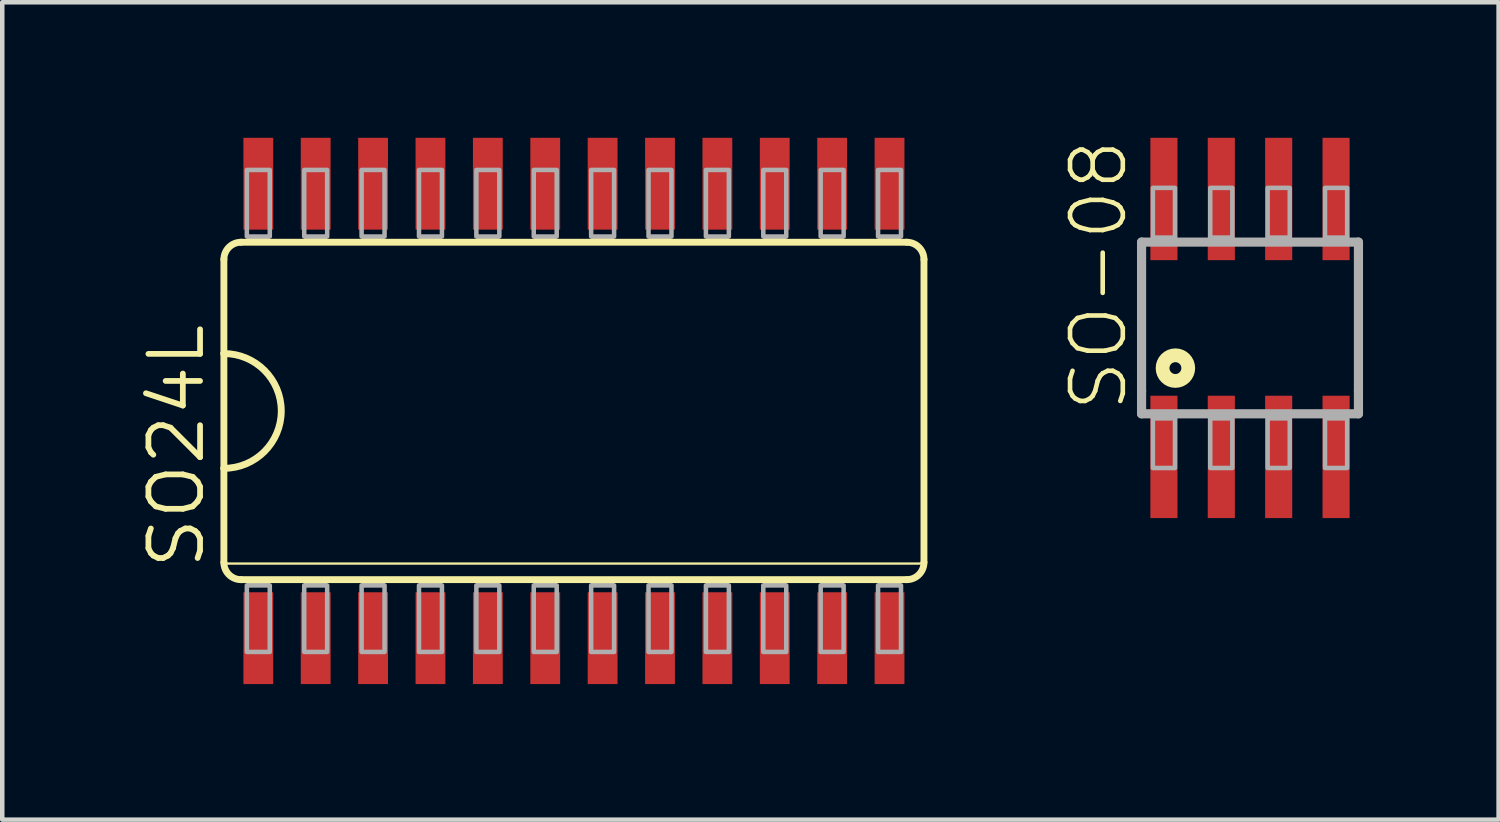
<source format=kicad_pcb>
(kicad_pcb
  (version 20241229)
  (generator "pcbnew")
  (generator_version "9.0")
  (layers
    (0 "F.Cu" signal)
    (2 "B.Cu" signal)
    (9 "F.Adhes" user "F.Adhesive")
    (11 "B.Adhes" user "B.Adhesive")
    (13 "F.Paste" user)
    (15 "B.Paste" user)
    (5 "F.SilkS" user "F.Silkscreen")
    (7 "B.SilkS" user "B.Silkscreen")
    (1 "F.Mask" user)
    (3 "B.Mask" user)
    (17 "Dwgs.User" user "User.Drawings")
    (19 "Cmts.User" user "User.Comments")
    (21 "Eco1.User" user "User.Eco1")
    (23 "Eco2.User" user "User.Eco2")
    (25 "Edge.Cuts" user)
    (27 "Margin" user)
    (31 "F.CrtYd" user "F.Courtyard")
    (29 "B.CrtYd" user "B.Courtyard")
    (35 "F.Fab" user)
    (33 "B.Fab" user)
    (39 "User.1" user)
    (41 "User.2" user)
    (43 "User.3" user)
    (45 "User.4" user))
  (footprint "SO-08"
    (layer "F.Cu")
    (at 24.615 4.208)
    (property "Reference" "SO-08" (at -2.667 1.905 90) (layer "F.SilkS") (effects (font (size 1.168 1.168) (thickness 0.102)) (justify left bottom)))
    (fp_circle (center -1.651 0.889) (end -1.367 0.889) (stroke (width 0.305) (type solid)) (fill no) (layer "F.SilkS"))
    (fp_line (start -2.4 -1.9) (end 2.4 -1.9) (stroke (width 0.203) (type solid)) (layer "F.Fab"))
    (fp_line (start -2.4 1.4) (end -2.4 -1.9) (stroke (width 0.203) (type solid)) (layer "F.Fab"))
    (fp_line (start -2.4 1.9) (end -2.4 1.4) (stroke (width 0.203) (type solid)) (layer "F.Fab"))
    (fp_line (start 2.4 -1.9) (end 2.4 1.4) (stroke (width 0.203) (type solid)) (layer "F.Fab"))
    (fp_line (start 2.4 1.4) (end 2.4 1.9) (stroke (width 0.203) (type solid)) (layer "F.Fab"))
    (fp_line (start 2.4 1.9) (end -2.4 1.9) (stroke (width 0.203) (type solid)) (layer "F.Fab"))
    (fp_poly (pts (xy -2.15 -2) (xy -1.66 -2) (xy -1.66 -3.1) (xy -2.15 -3.1)) (stroke (width 0.1) (type solid)) (fill no) (layer "F.Fab"))
    (fp_poly (pts (xy -2.15 3.1) (xy -1.66 3.1) (xy -1.66 2) (xy -2.15 2)) (stroke (width 0.1) (type solid)) (fill no) (layer "F.Fab"))
    (fp_poly (pts (xy -0.88 -2) (xy -0.39 -2) (xy -0.39 -3.1) (xy -0.88 -3.1)) (stroke (width 0.1) (type solid)) (fill no) (layer "F.Fab"))
    (fp_poly (pts (xy -0.88 3.1) (xy -0.39 3.1) (xy -0.39 2) (xy -0.88 2)) (stroke (width 0.1) (type solid)) (fill no) (layer "F.Fab"))
    (fp_poly (pts (xy 0.39 -2) (xy 0.88 -2) (xy 0.88 -3.1) (xy 0.39 -3.1)) (stroke (width 0.1) (type solid)) (fill no) (layer "F.Fab"))
    (fp_poly (pts (xy 0.39 3.1) (xy 0.88 3.1) (xy 0.88 2) (xy 0.39 2)) (stroke (width 0.1) (type solid)) (fill no) (layer "F.Fab"))
    (fp_poly (pts (xy 1.66 -2) (xy 2.15 -2) (xy 2.15 -3.1) (xy 1.66 -3.1)) (stroke (width 0.1) (type solid)) (fill no) (layer "F.Fab"))
    (fp_poly (pts (xy 1.66 3.1) (xy 2.15 3.1) (xy 2.15 2) (xy 1.66 2)) (stroke (width 0.1) (type solid)) (fill no) (layer "F.Fab"))
    (pad "1" smd rect (at -1.905 2.854) (size 0.6 2.708) (layers "F.Cu" "F.Mask" "F.Paste"))
    (pad "2" smd rect (at -0.635 2.854) (size 0.6 2.708) (layers "F.Cu" "F.Mask" "F.Paste"))
    (pad "3" smd rect (at 0.635 2.854) (size 0.6 2.708) (layers "F.Cu" "F.Mask" "F.Paste"))
    (pad "4" smd rect (at 1.905 2.854) (size 0.6 2.708) (layers "F.Cu" "F.Mask" "F.Paste"))
    (pad "5" smd rect (at 1.905 -2.854) (size 0.6 2.708) (layers "F.Cu" "F.Mask" "F.Paste"))
    (pad "6" smd rect (at 0.635 -2.854) (size 0.6 2.708) (layers "F.Cu" "F.Mask" "F.Paste"))
    (pad "7" smd rect (at -0.635 -2.854) (size 0.6 2.708) (layers "F.Cu" "F.Mask" "F.Paste"))
    (pad "8" smd rect (at -1.905 -2.854) (size 0.6 2.708) (layers "F.Cu" "F.Mask" "F.Paste")))
  (footprint "SO24L"
    (layer "F.Cu")
    (at 9.652 6.045)
    (property "Reference" "SO24L" (at -8.128 3.556 90) (layer "F.SilkS") (effects (font (size 1.143 1.143) (thickness 0.127)) (justify left bottom)))
    (fp_line (start -7.747 -3.353) (end -7.747 -1.27) (stroke (width 0.152) (type solid)) (layer "F.SilkS"))
    (fp_line (start -7.747 -1.27) (end -7.747 1.27) (stroke (width 0.152) (type solid)) (layer "F.SilkS"))
    (fp_line (start -7.747 1.27) (end -7.747 3.353) (stroke (width 0.152) (type solid)) (layer "F.SilkS"))
    (fp_line (start -7.747 3.378) (end 7.747 3.378) (stroke (width 0.051) (type solid)) (layer "F.SilkS"))
    (fp_line (start -7.366 3.734) (end 7.366 3.734) (stroke (width 0.152) (type solid)) (layer "F.SilkS"))
    (fp_line (start 7.366 -3.734) (end -7.366 -3.734) (stroke (width 0.152) (type solid)) (layer "F.SilkS"))
    (fp_line (start 7.747 3.353) (end 7.747 -3.353) (stroke (width 0.152) (type solid)) (layer "F.SilkS"))
    (fp_arc (start -7.747 -3.3528) (mid -7.635408 -3.622208) (end -7.366 -3.7338) (stroke (width 0.1524) (type solid)) (layer "F.SilkS"))
    (fp_arc (start -7.747 -1.27) (mid -6.477 0) (end -7.747 1.27) (stroke (width 0.1524) (type solid)) (layer "F.SilkS"))
    (fp_arc (start -7.366 3.7338) (mid -7.635408 3.622208) (end -7.747 3.3528) (stroke (width 0.1524) (type solid)) (layer "F.SilkS"))
    (fp_arc (start 7.366 -3.7338) (mid 7.635408 -3.622208) (end 7.747 -3.3528) (stroke (width 0.1524) (type solid)) (layer "F.SilkS"))
    (fp_arc (start 7.747 3.3528) (mid 7.635408 3.622208) (end 7.366 3.7338) (stroke (width 0.1524) (type solid)) (layer "F.SilkS"))
    (fp_poly (pts (xy -7.239 -3.734) (xy -6.731 -3.734) (xy -6.731 -3.861) (xy -7.239 -3.861)) (stroke (width 0) (type solid)) (fill yes) (layer "F.SilkS"))
    (fp_poly (pts (xy -7.239 3.861) (xy -6.731 3.861) (xy -6.731 3.734) (xy -7.239 3.734)) (stroke (width 0) (type solid)) (fill yes) (layer "F.SilkS"))
    (fp_poly (pts (xy -5.969 -3.734) (xy -5.461 -3.734) (xy -5.461 -3.861) (xy -5.969 -3.861)) (stroke (width 0) (type solid)) (fill yes) (layer "F.SilkS"))
    (fp_poly (pts (xy -5.969 3.861) (xy -5.461 3.861) (xy -5.461 3.734) (xy -5.969 3.734)) (stroke (width 0) (type solid)) (fill yes) (layer "F.SilkS"))
    (fp_poly (pts (xy -4.699 -3.734) (xy -4.191 -3.734) (xy -4.191 -3.861) (xy -4.699 -3.861)) (stroke (width 0) (type solid)) (fill yes) (layer "F.SilkS"))
    (fp_poly (pts (xy -4.699 3.861) (xy -4.191 3.861) (xy -4.191 3.734) (xy -4.699 3.734)) (stroke (width 0) (type solid)) (fill yes) (layer "F.SilkS"))
    (fp_poly (pts (xy -3.429 -3.734) (xy -2.921 -3.734) (xy -2.921 -3.861) (xy -3.429 -3.861)) (stroke (width 0) (type solid)) (fill yes) (layer "F.SilkS"))
    (fp_poly (pts (xy -3.429 3.861) (xy -2.921 3.861) (xy -2.921 3.734) (xy -3.429 3.734)) (stroke (width 0) (type solid)) (fill yes) (layer "F.SilkS"))
    (fp_poly (pts (xy -2.159 -3.734) (xy -1.651 -3.734) (xy -1.651 -3.861) (xy -2.159 -3.861)) (stroke (width 0) (type solid)) (fill yes) (layer "F.SilkS"))
    (fp_poly (pts (xy -2.159 3.861) (xy -1.651 3.861) (xy -1.651 3.734) (xy -2.159 3.734)) (stroke (width 0) (type solid)) (fill yes) (layer "F.SilkS"))
    (fp_poly (pts (xy -0.889 -3.734) (xy -0.381 -3.734) (xy -0.381 -3.861) (xy -0.889 -3.861)) (stroke (width 0) (type solid)) (fill yes) (layer "F.SilkS"))
    (fp_poly (pts (xy -0.889 3.861) (xy -0.381 3.861) (xy -0.381 3.734) (xy -0.889 3.734)) (stroke (width 0) (type solid)) (fill yes) (layer "F.SilkS"))
    (fp_poly (pts (xy 0.381 -3.734) (xy 0.889 -3.734) (xy 0.889 -3.861) (xy 0.381 -3.861)) (stroke (width 0) (type solid)) (fill yes) (layer "F.SilkS"))
    (fp_poly (pts (xy 0.381 3.861) (xy 0.889 3.861) (xy 0.889 3.734) (xy 0.381 3.734)) (stroke (width 0) (type solid)) (fill yes) (layer "F.SilkS"))
    (fp_poly (pts (xy 1.651 -3.734) (xy 2.159 -3.734) (xy 2.159 -3.861) (xy 1.651 -3.861)) (stroke (width 0) (type solid)) (fill yes) (layer "F.SilkS"))
    (fp_poly (pts (xy 1.651 3.861) (xy 2.159 3.861) (xy 2.159 3.734) (xy 1.651 3.734)) (stroke (width 0) (type solid)) (fill yes) (layer "F.SilkS"))
    (fp_poly (pts (xy 2.921 -3.734) (xy 3.429 -3.734) (xy 3.429 -3.861) (xy 2.921 -3.861)) (stroke (width 0) (type solid)) (fill yes) (layer "F.SilkS"))
    (fp_poly (pts (xy 2.921 3.861) (xy 3.429 3.861) (xy 3.429 3.734) (xy 2.921 3.734)) (stroke (width 0) (type solid)) (fill yes) (layer "F.SilkS"))
    (fp_poly (pts (xy 4.191 -3.734) (xy 4.699 -3.734) (xy 4.699 -3.861) (xy 4.191 -3.861)) (stroke (width 0) (type solid)) (fill yes) (layer "F.SilkS"))
    (fp_poly (pts (xy 4.191 3.861) (xy 4.699 3.861) (xy 4.699 3.734) (xy 4.191 3.734)) (stroke (width 0) (type solid)) (fill yes) (layer "F.SilkS"))
    (fp_poly (pts (xy 5.461 -3.734) (xy 5.969 -3.734) (xy 5.969 -3.861) (xy 5.461 -3.861)) (stroke (width 0) (type solid)) (fill yes) (layer "F.SilkS"))
    (fp_poly (pts (xy 5.461 3.861) (xy 5.969 3.861) (xy 5.969 3.734) (xy 5.461 3.734)) (stroke (width 0) (type solid)) (fill yes) (layer "F.SilkS"))
    (fp_poly (pts (xy 6.731 -3.734) (xy 7.239 -3.734) (xy 7.239 -3.861) (xy 6.731 -3.861)) (stroke (width 0) (type solid)) (fill yes) (layer "F.SilkS"))
    (fp_poly (pts (xy 6.731 3.861) (xy 7.239 3.861) (xy 7.239 3.734) (xy 6.731 3.734)) (stroke (width 0) (type solid)) (fill yes) (layer "F.SilkS"))
    (fp_poly (pts (xy -7.239 -3.861) (xy -6.731 -3.861) (xy -6.731 -5.334) (xy -7.239 -5.334)) (stroke (width 0.1) (type solid)) (fill no) (layer "F.Fab"))
    (fp_poly (pts (xy -7.239 5.334) (xy -6.731 5.334) (xy -6.731 3.861) (xy -7.239 3.861)) (stroke (width 0.1) (type solid)) (fill no) (layer "F.Fab"))
    (fp_poly (pts (xy -5.969 -3.861) (xy -5.461 -3.861) (xy -5.461 -5.334) (xy -5.969 -5.334)) (stroke (width 0.1) (type solid)) (fill no) (layer "F.Fab"))
    (fp_poly (pts (xy -5.969 5.334) (xy -5.461 5.334) (xy -5.461 3.861) (xy -5.969 3.861)) (stroke (width 0.1) (type solid)) (fill no) (layer "F.Fab"))
    (fp_poly (pts (xy -4.699 -3.861) (xy -4.191 -3.861) (xy -4.191 -5.334) (xy -4.699 -5.334)) (stroke (width 0.1) (type solid)) (fill no) (layer "F.Fab"))
    (fp_poly (pts (xy -4.699 5.334) (xy -4.191 5.334) (xy -4.191 3.861) (xy -4.699 3.861)) (stroke (width 0.1) (type solid)) (fill no) (layer "F.Fab"))
    (fp_poly (pts (xy -3.429 -3.861) (xy -2.921 -3.861) (xy -2.921 -5.334) (xy -3.429 -5.334)) (stroke (width 0.1) (type solid)) (fill no) (layer "F.Fab"))
    (fp_poly (pts (xy -3.429 5.334) (xy -2.921 5.334) (xy -2.921 3.861) (xy -3.429 3.861)) (stroke (width 0.1) (type solid)) (fill no) (layer "F.Fab"))
    (fp_poly (pts (xy -2.159 -3.861) (xy -1.651 -3.861) (xy -1.651 -5.334) (xy -2.159 -5.334)) (stroke (width 0.1) (type solid)) (fill no) (layer "F.Fab"))
    (fp_poly (pts (xy -2.159 5.334) (xy -1.651 5.334) (xy -1.651 3.861) (xy -2.159 3.861)) (stroke (width 0.1) (type solid)) (fill no) (layer "F.Fab"))
    (fp_poly (pts (xy -0.889 -3.861) (xy -0.381 -3.861) (xy -0.381 -5.334) (xy -0.889 -5.334)) (stroke (width 0.1) (type solid)) (fill no) (layer "F.Fab"))
    (fp_poly (pts (xy -0.889 5.334) (xy -0.381 5.334) (xy -0.381 3.861) (xy -0.889 3.861)) (stroke (width 0.1) (type solid)) (fill no) (layer "F.Fab"))
    (fp_poly (pts (xy 0.381 -3.861) (xy 0.889 -3.861) (xy 0.889 -5.334) (xy 0.381 -5.334)) (stroke (width 0.1) (type solid)) (fill no) (layer "F.Fab"))
    (fp_poly (pts (xy 0.381 5.334) (xy 0.889 5.334) (xy 0.889 3.861) (xy 0.381 3.861)) (stroke (width 0.1) (type solid)) (fill no) (layer "F.Fab"))
    (fp_poly (pts (xy 1.651 -3.861) (xy 2.159 -3.861) (xy 2.159 -5.334) (xy 1.651 -5.334)) (stroke (width 0.1) (type solid)) (fill no) (layer "F.Fab"))
    (fp_poly (pts (xy 1.651 5.334) (xy 2.159 5.334) (xy 2.159 3.861) (xy 1.651 3.861)) (stroke (width 0.1) (type solid)) (fill no) (layer "F.Fab"))
    (fp_poly (pts (xy 2.921 -3.861) (xy 3.429 -3.861) (xy 3.429 -5.334) (xy 2.921 -5.334)) (stroke (width 0.1) (type solid)) (fill no) (layer "F.Fab"))
    (fp_poly (pts (xy 2.921 5.334) (xy 3.429 5.334) (xy 3.429 3.861) (xy 2.921 3.861)) (stroke (width 0.1) (type solid)) (fill no) (layer "F.Fab"))
    (fp_poly (pts (xy 4.191 -3.861) (xy 4.699 -3.861) (xy 4.699 -5.334) (xy 4.191 -5.334)) (stroke (width 0.1) (type solid)) (fill no) (layer "F.Fab"))
    (fp_poly (pts (xy 4.191 5.334) (xy 4.699 5.334) (xy 4.699 3.861) (xy 4.191 3.861)) (stroke (width 0.1) (type solid)) (fill no) (layer "F.Fab"))
    (fp_poly (pts (xy 5.461 -3.861) (xy 5.969 -3.861) (xy 5.969 -5.334) (xy 5.461 -5.334)) (stroke (width 0.1) (type solid)) (fill no) (layer "F.Fab"))
    (fp_poly (pts (xy 5.461 5.334) (xy 5.969 5.334) (xy 5.969 3.861) (xy 5.461 3.861)) (stroke (width 0.1) (type solid)) (fill no) (layer "F.Fab"))
    (fp_poly (pts (xy 6.731 -3.861) (xy 7.239 -3.861) (xy 7.239 -5.334) (xy 6.731 -5.334)) (stroke (width 0.1) (type solid)) (fill no) (layer "F.Fab"))
    (fp_poly (pts (xy 6.731 5.334) (xy 7.239 5.334) (xy 7.239 3.861) (xy 6.731 3.861)) (stroke (width 0.1) (type solid)) (fill no) (layer "F.Fab"))
    (pad "1" smd rect (at -6.985 5.029) (size 0.66 2.032) (layers "F.Cu" "F.Mask" "F.Paste"))
    (pad "2" smd rect (at -5.715 5.029) (size 0.66 2.032) (layers "F.Cu" "F.Mask" "F.Paste"))
    (pad "3" smd rect (at -4.445 5.029) (size 0.66 2.032) (layers "F.Cu" "F.Mask" "F.Paste"))
    (pad "4" smd rect (at -3.175 5.029) (size 0.66 2.032) (layers "F.Cu" "F.Mask" "F.Paste"))
    (pad "5" smd rect (at -1.905 5.029) (size 0.66 2.032) (layers "F.Cu" "F.Mask" "F.Paste"))
    (pad "6" smd rect (at -0.635 5.029) (size 0.66 2.032) (layers "F.Cu" "F.Mask" "F.Paste"))
    (pad "7" smd rect (at 0.635 5.029) (size 0.66 2.032) (layers "F.Cu" "F.Mask" "F.Paste"))
    (pad "8" smd rect (at 1.905 5.029) (size 0.66 2.032) (layers "F.Cu" "F.Mask" "F.Paste"))
    (pad "9" smd rect (at 3.175 5.029) (size 0.66 2.032) (layers "F.Cu" "F.Mask" "F.Paste"))
    (pad "10" smd rect (at 4.445 5.029) (size 0.66 2.032) (layers "F.Cu" "F.Mask" "F.Paste"))
    (pad "11" smd rect (at 5.715 5.029) (size 0.66 2.032) (layers "F.Cu" "F.Mask" "F.Paste"))
    (pad "12" smd rect (at 6.985 5.029) (size 0.66 2.032) (layers "F.Cu" "F.Mask" "F.Paste"))
    (pad "13" smd rect (at 6.985 -5.029) (size 0.66 2.032) (layers "F.Cu" "F.Mask" "F.Paste"))
    (pad "14" smd rect (at 5.715 -5.029) (size 0.66 2.032) (layers "F.Cu" "F.Mask" "F.Paste"))
    (pad "15" smd rect (at 4.445 -5.029) (size 0.66 2.032) (layers "F.Cu" "F.Mask" "F.Paste"))
    (pad "16" smd rect (at 3.175 -5.029) (size 0.66 2.032) (layers "F.Cu" "F.Mask" "F.Paste"))
    (pad "17" smd rect (at 1.905 -5.029) (size 0.66 2.032) (layers "F.Cu" "F.Mask" "F.Paste"))
    (pad "18" smd rect (at 0.635 -5.029) (size 0.66 2.032) (layers "F.Cu" "F.Mask" "F.Paste"))
    (pad "19" smd rect (at -0.635 -5.029) (size 0.66 2.032) (layers "F.Cu" "F.Mask" "F.Paste"))
    (pad "20" smd rect (at -1.905 -5.029) (size 0.66 2.032) (layers "F.Cu" "F.Mask" "F.Paste"))
    (pad "21" smd rect (at -3.175 -5.029) (size 0.66 2.032) (layers "F.Cu" "F.Mask" "F.Paste"))
    (pad "22" smd rect (at -4.445 -5.029) (size 0.66 2.032) (layers "F.Cu" "F.Mask" "F.Paste"))
    (pad "23" smd rect (at -5.715 -5.029) (size 0.66 2.032) (layers "F.Cu" "F.Mask" "F.Paste"))
    (pad "24" smd rect (at -6.985 -5.029) (size 0.66 2.032) (layers "F.Cu" "F.Mask" "F.Paste")))
  (gr_rect
    (start -3 -3)
    (end 30.117 15.09)
    (stroke (width 0.1) (type default))
    (fill no)
    (layer "Edge.Cuts")))
</source>
